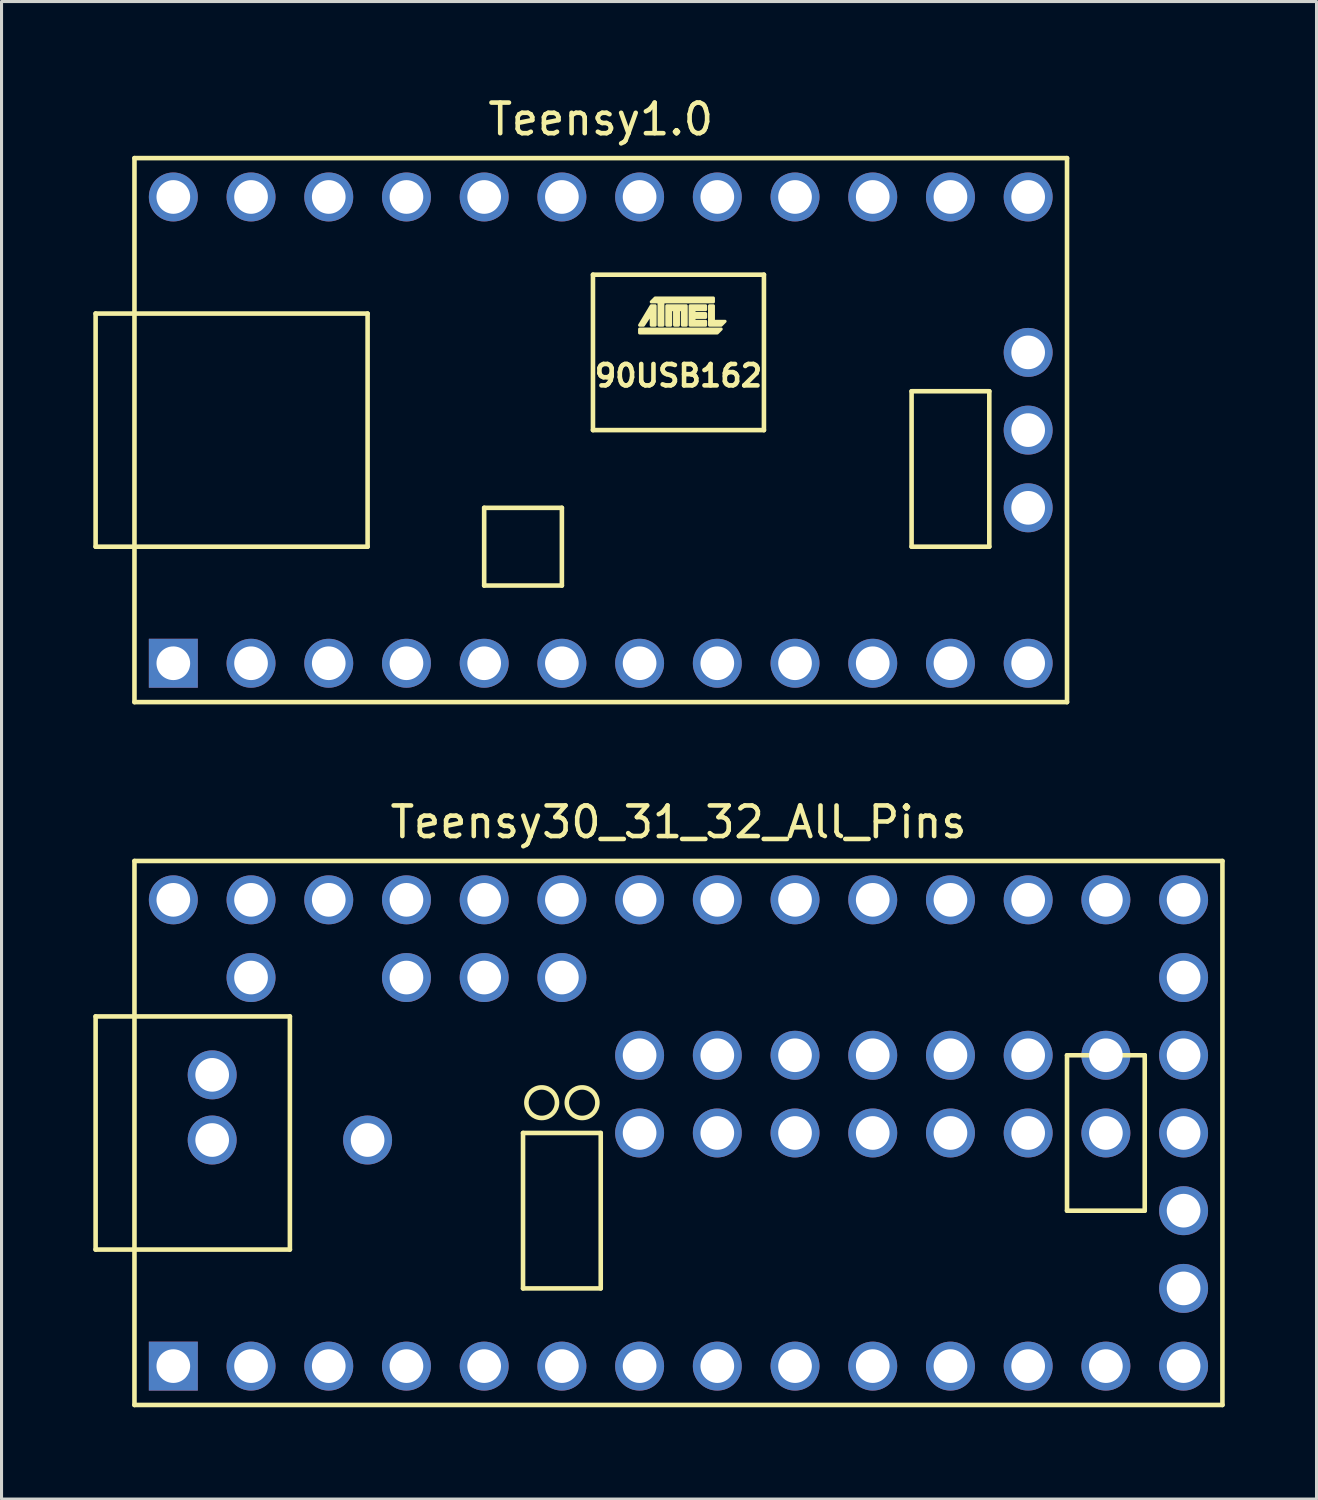
<source format=kicad_pcb>
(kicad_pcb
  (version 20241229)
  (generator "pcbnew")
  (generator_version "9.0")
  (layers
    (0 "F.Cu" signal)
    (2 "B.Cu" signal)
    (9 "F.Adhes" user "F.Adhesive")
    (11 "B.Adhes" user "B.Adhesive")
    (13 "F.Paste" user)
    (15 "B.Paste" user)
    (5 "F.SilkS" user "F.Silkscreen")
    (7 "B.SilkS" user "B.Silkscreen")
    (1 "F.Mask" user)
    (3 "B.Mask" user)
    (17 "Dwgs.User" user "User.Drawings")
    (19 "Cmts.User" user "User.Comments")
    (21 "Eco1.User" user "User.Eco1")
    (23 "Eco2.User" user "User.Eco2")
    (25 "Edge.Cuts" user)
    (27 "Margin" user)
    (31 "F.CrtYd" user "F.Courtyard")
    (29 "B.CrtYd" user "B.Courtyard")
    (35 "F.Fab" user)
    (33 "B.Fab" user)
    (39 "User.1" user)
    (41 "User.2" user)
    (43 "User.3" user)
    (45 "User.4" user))
  (footprint "Teensy30_31_32_All_Pins"
    (layer "F.Cu")
    (at 19.125 33.981)
    (property "Reference" "Teensy30_31_32_All_Pins" (at 0 -10.16 0) (layer "F.SilkS") (effects (font (size 1 1) (thickness 0.15))))
    (attr through_hole)
    (fp_line (start -19.05 -3.81) (end -17.78 -3.81) (stroke (width 0.15) (type solid)) (layer "F.SilkS"))
    (fp_line (start -19.05 3.81) (end -19.05 -3.81) (stroke (width 0.15) (type solid)) (layer "F.SilkS"))
    (fp_line (start -17.78 -8.89) (end 17.78 -8.89) (stroke (width 0.15) (type solid)) (layer "F.SilkS"))
    (fp_line (start -17.78 3.81) (end -19.05 3.81) (stroke (width 0.15) (type solid)) (layer "F.SilkS"))
    (fp_line (start -17.78 8.89) (end -17.78 -8.89) (stroke (width 0.15) (type solid)) (layer "F.SilkS"))
    (fp_line (start -12.7 -3.81) (end -17.78 -3.81) (stroke (width 0.15) (type solid)) (layer "F.SilkS"))
    (fp_line (start -12.7 3.81) (end -17.78 3.81) (stroke (width 0.15) (type solid)) (layer "F.SilkS"))
    (fp_line (start -12.7 3.81) (end -12.7 -3.81) (stroke (width 0.15) (type solid)) (layer "F.SilkS"))
    (fp_line (start -5.08 0) (end -2.54 0) (stroke (width 0.15) (type solid)) (layer "F.SilkS"))
    (fp_line (start -5.08 5.08) (end -5.08 0) (stroke (width 0.15) (type solid)) (layer "F.SilkS"))
    (fp_line (start -2.54 0) (end -2.54 5.08) (stroke (width 0.15) (type solid)) (layer "F.SilkS"))
    (fp_line (start -2.54 5.08) (end -5.08 5.08) (stroke (width 0.15) (type solid)) (layer "F.SilkS"))
    (fp_line (start 12.7 -2.54) (end 15.24 -2.54) (stroke (width 0.15) (type solid)) (layer "F.SilkS"))
    (fp_line (start 12.7 2.54) (end 12.7 -2.54) (stroke (width 0.15) (type solid)) (layer "F.SilkS"))
    (fp_line (start 15.24 -2.54) (end 15.24 2.54) (stroke (width 0.15) (type solid)) (layer "F.SilkS"))
    (fp_line (start 15.24 2.54) (end 12.7 2.54) (stroke (width 0.15) (type solid)) (layer "F.SilkS"))
    (fp_line (start 17.78 -8.89) (end 17.78 8.89) (stroke (width 0.15) (type solid)) (layer "F.SilkS"))
    (fp_line (start 17.78 8.89) (end -17.78 8.89) (stroke (width 0.15) (type solid)) (layer "F.SilkS"))
    (fp_circle (center -4.47 -0.99) (end -3.97 -0.99) (stroke (width 0.15) (type solid)) (fill no) (layer "F.SilkS"))
    (fp_circle (center -3.15 -0.99) (end -2.65 -0.99) (stroke (width 0.15) (type solid)) (fill no) (layer "F.SilkS"))
    (pad "1" thru_hole rect (at -16.51 7.62) (size 1.6 1.6) (drill 1.1) (layers "*.Cu" "*.Mask"))
    (pad "2" thru_hole circle (at -13.97 7.62) (size 1.6 1.6) (drill 1.1) (layers "*.Cu" "*.Mask"))
    (pad "3" thru_hole circle (at -11.43 7.62) (size 1.6 1.6) (drill 1.1) (layers "*.Cu" "*.Mask"))
    (pad "4" thru_hole circle (at -8.89 7.62) (size 1.6 1.6) (drill 1.1) (layers "*.Cu" "*.Mask"))
    (pad "5" thru_hole circle (at -6.35 7.62) (size 1.6 1.6) (drill 1.1) (layers "*.Cu" "*.Mask"))
    (pad "6" thru_hole circle (at -3.81 7.62) (size 1.6 1.6) (drill 1.1) (layers "*.Cu" "*.Mask"))
    (pad "7" thru_hole circle (at -1.27 7.62) (size 1.6 1.6) (drill 1.1) (layers "*.Cu" "*.Mask"))
    (pad "8" thru_hole circle (at 1.27 7.62) (size 1.6 1.6) (drill 1.1) (layers "*.Cu" "*.Mask"))
    (pad "9" thru_hole circle (at 3.81 7.62) (size 1.6 1.6) (drill 1.1) (layers "*.Cu" "*.Mask"))
    (pad "10" thru_hole circle (at 6.35 7.62) (size 1.6 1.6) (drill 1.1) (layers "*.Cu" "*.Mask"))
    (pad "11" thru_hole circle (at 8.89 7.62) (size 1.6 1.6) (drill 1.1) (layers "*.Cu" "*.Mask"))
    (pad "12" thru_hole circle (at 11.43 7.62) (size 1.6 1.6) (drill 1.1) (layers "*.Cu" "*.Mask"))
    (pad "13" thru_hole circle (at 13.97 7.62) (size 1.6 1.6) (drill 1.1) (layers "*.Cu" "*.Mask"))
    (pad "14" thru_hole circle (at 16.51 7.62) (size 1.6 1.6) (drill 1.1) (layers "*.Cu" "*.Mask"))
    (pad "15" thru_hole circle (at 16.51 5.08) (size 1.6 1.6) (drill 1.1) (layers "*.Cu" "*.Mask"))
    (pad "16" thru_hole circle (at 16.51 2.54) (size 1.6 1.6) (drill 1.1) (layers "*.Cu" "*.Mask"))
    (pad "17" thru_hole circle (at 16.51 0) (size 1.6 1.6) (drill 1.1) (layers "*.Cu" "*.Mask"))
    (pad "18" thru_hole circle (at 16.51 -2.54) (size 1.6 1.6) (drill 1.1) (layers "*.Cu" "*.Mask"))
    (pad "19" thru_hole circle (at 16.51 -5.08) (size 1.6 1.6) (drill 1.1) (layers "*.Cu" "*.Mask"))
    (pad "20" thru_hole circle (at 16.51 -7.62) (size 1.6 1.6) (drill 1.1) (layers "*.Cu" "*.Mask"))
    (pad "21" thru_hole circle (at 13.97 -7.62) (size 1.6 1.6) (drill 1.1) (layers "*.Cu" "*.Mask"))
    (pad "22" thru_hole circle (at 11.43 -7.62) (size 1.6 1.6) (drill 1.1) (layers "*.Cu" "*.Mask"))
    (pad "23" thru_hole circle (at 8.89 -7.62) (size 1.6 1.6) (drill 1.1) (layers "*.Cu" "*.Mask"))
    (pad "24" thru_hole circle (at 6.35 -7.62) (size 1.6 1.6) (drill 1.1) (layers "*.Cu" "*.Mask"))
    (pad "25" thru_hole circle (at 3.81 -7.62) (size 1.6 1.6) (drill 1.1) (layers "*.Cu" "*.Mask"))
    (pad "26" thru_hole circle (at 1.27 -7.62) (size 1.6 1.6) (drill 1.1) (layers "*.Cu" "*.Mask"))
    (pad "27" thru_hole circle (at -1.27 -7.62) (size 1.6 1.6) (drill 1.1) (layers "*.Cu" "*.Mask"))
    (pad "28" thru_hole circle (at -3.81 -7.62) (size 1.6 1.6) (drill 1.1) (layers "*.Cu" "*.Mask"))
    (pad "29" thru_hole circle (at -6.35 -7.62) (size 1.6 1.6) (drill 1.1) (layers "*.Cu" "*.Mask"))
    (pad "30" thru_hole circle (at -8.89 -7.62) (size 1.6 1.6) (drill 1.1) (layers "*.Cu" "*.Mask"))
    (pad "31" thru_hole circle (at -11.43 -7.62) (size 1.6 1.6) (drill 1.1) (layers "*.Cu" "*.Mask"))
    (pad "32" thru_hole circle (at -13.97 -7.62) (size 1.6 1.6) (drill 1.1) (layers "*.Cu" "*.Mask"))
    (pad "33" thru_hole circle (at -16.51 -7.62) (size 1.6 1.6) (drill 1.1) (layers "*.Cu" "*.Mask"))
    (pad "34" thru_hole circle (at -13.97 -5.08) (size 1.6 1.6) (drill 1.1) (layers "*.Cu" "*.Mask"))
    (pad "35" thru_hole circle (at -8.89 -5.08) (size 1.6 1.6) (drill 1.1) (layers "*.Cu" "*.Mask"))
    (pad "36" thru_hole circle (at -6.35 -5.08) (size 1.6 1.6) (drill 1.1) (layers "*.Cu" "*.Mask"))
    (pad "37" thru_hole circle (at -3.81 -5.08) (size 1.6 1.6) (drill 1.1) (layers "*.Cu" "*.Mask"))
    (pad "38" thru_hole circle (at -10.16 0.23) (size 1.6 1.6) (drill 1.1) (layers "*.Cu" "*.Mask"))
    (pad "39" thru_hole circle (at -15.24 0.23) (size 1.6 1.6) (drill 1.1) (layers "*.Cu" "*.Mask"))
    (pad "40" thru_hole circle (at -15.24 -1.9) (size 1.6 1.6) (drill 1.1) (layers "*.Cu" "*.Mask"))
    (pad "41" thru_hole circle (at -1.27 -2.54) (size 1.6 1.6) (drill 1.1) (layers "*.Cu" "*.Mask"))
    (pad "42" thru_hole circle (at 1.27 -2.54) (size 1.6 1.6) (drill 1.1) (layers "*.Cu" "*.Mask"))
    (pad "43" thru_hole circle (at 3.81 -2.54) (size 1.6 1.6) (drill 1.1) (layers "*.Cu" "*.Mask"))
    (pad "44" thru_hole circle (at 6.35 -2.54 90) (size 1.6 1.6) (drill 1.1) (layers "*.Cu" "*.Mask"))
    (pad "45" thru_hole circle (at 8.89 -2.54) (size 1.6 1.6) (drill 1.1) (layers "*.Cu" "*.Mask"))
    (pad "46" thru_hole circle (at 11.43 -2.54) (size 1.6 1.6) (drill 1.1) (layers "*.Cu" "*.Mask"))
    (pad "47" thru_hole circle (at 13.97 -2.54) (size 1.6 1.6) (drill 1.1) (layers "*.Cu" "*.Mask"))
    (pad "48" thru_hole circle (at 13.97 0) (size 1.6 1.6) (drill 1.1) (layers "*.Cu" "*.Mask"))
    (pad "49" thru_hole circle (at 11.43 0) (size 1.6 1.6) (drill 1.1) (layers "*.Cu" "*.Mask"))
    (pad "50" thru_hole circle (at 8.89 0) (size 1.6 1.6) (drill 1.1) (layers "*.Cu" "*.Mask"))
    (pad "51" thru_hole circle (at 6.35 0) (size 1.6 1.6) (drill 1.1) (layers "*.Cu" "*.Mask"))
    (pad "52" thru_hole circle (at 3.81 0) (size 1.6 1.6) (drill 1.1) (layers "*.Cu" "*.Mask"))
    (pad "53" thru_hole circle (at 1.27 0) (size 1.6 1.6) (drill 1.1) (layers "*.Cu" "*.Mask"))
    (pad "54" thru_hole circle (at -1.27 0) (size 1.6 1.6) (drill 1.1) (layers "*.Cu" "*.Mask")))
  (footprint "Teensy1.0"
    (layer "F.Cu")
    (at 16.585 11.008)
    (property "Reference" "Teensy1.0" (at 0 -10.16 0) (layer "F.SilkS") (effects (font (size 1 1) (thickness 0.15))))
    (attr through_hole)
    (fp_line (start -16.51 -3.81) (end -7.62 -3.81) (stroke (width 0.15) (type solid)) (layer "F.SilkS"))
    (fp_line (start -16.51 3.81) (end -16.51 -3.81) (stroke (width 0.15) (type solid)) (layer "F.SilkS"))
    (fp_line (start -15.24 -8.89) (end 15.24 -8.89) (stroke (width 0.15) (type solid)) (layer "F.SilkS"))
    (fp_line (start -15.24 8.89) (end -15.24 -8.89) (stroke (width 0.15) (type solid)) (layer "F.SilkS"))
    (fp_line (start -7.62 -3.81) (end -7.62 3.81) (stroke (width 0.15) (type solid)) (layer "F.SilkS"))
    (fp_line (start -7.62 3.81) (end -16.51 3.81) (stroke (width 0.15) (type solid)) (layer "F.SilkS"))
    (fp_line (start -3.81 2.54) (end -3.81 5.08) (stroke (width 0.15) (type solid)) (layer "F.SilkS"))
    (fp_line (start -3.81 5.08) (end -1.27 5.08) (stroke (width 0.15) (type solid)) (layer "F.SilkS"))
    (fp_line (start -1.27 2.54) (end -3.81 2.54) (stroke (width 0.15) (type solid)) (layer "F.SilkS"))
    (fp_line (start -1.27 5.08) (end -1.27 2.54) (stroke (width 0.15) (type solid)) (layer "F.SilkS"))
    (fp_line (start -0.254 -5.08) (end -0.254 0) (stroke (width 0.15) (type solid)) (layer "F.SilkS"))
    (fp_line (start -0.254 0) (end 5.334 0) (stroke (width 0.15) (type solid)) (layer "F.SilkS"))
    (fp_line (start 5.334 -5.08) (end -0.254 -5.08) (stroke (width 0.15) (type solid)) (layer "F.SilkS"))
    (fp_line (start 5.334 0) (end 5.334 -5.08) (stroke (width 0.15) (type solid)) (layer "F.SilkS"))
    (fp_line (start 10.16 -1.27) (end 10.16 3.81) (stroke (width 0.15) (type solid)) (layer "F.SilkS"))
    (fp_line (start 10.16 3.81) (end 12.7 3.81) (stroke (width 0.15) (type solid)) (layer "F.SilkS"))
    (fp_line (start 12.7 -1.27) (end 10.16 -1.27) (stroke (width 0.15) (type solid)) (layer "F.SilkS"))
    (fp_line (start 12.7 3.81) (end 12.7 -1.27) (stroke (width 0.15) (type solid)) (layer "F.SilkS"))
    (fp_line (start 15.24 -8.89) (end 15.24 8.89) (stroke (width 0.15) (type solid)) (layer "F.SilkS"))
    (fp_line (start 15.24 8.89) (end -15.24 8.89) (stroke (width 0.15) (type solid)) (layer "F.SilkS"))
    (fp_poly (pts (xy 1.27 -3.302) (xy 3.937 -3.302) (xy 3.81 -3.175) (xy 1.27 -3.175)) (stroke (width 0.1) (type solid)) (fill yes) (layer "F.SilkS"))
    (fp_poly (pts (xy 3.556 -4.064) (xy 3.556 -3.429) (xy 3.937 -3.429) (xy 4.064 -3.556) (xy 3.683 -3.556) (xy 3.683 -4.064)) (stroke (width 0.1) (type solid)) (fill yes) (layer "F.SilkS"))
    (fp_poly (pts (xy 1.778 -3.429) (xy 1.778 -4.064) (xy 1.651 -4.064) (xy 1.27 -3.429) (xy 1.397 -3.429) (xy 1.651 -3.81) (xy 1.651 -3.429)) (stroke (width 0.1) (type solid)) (fill yes) (layer "F.SilkS"))
    (fp_poly (pts (xy 3.683 -4.191) (xy 2.032 -4.191) (xy 2.032 -3.429) (xy 1.905 -3.429) (xy 1.905 -4.191) (xy 1.651 -4.191) (xy 1.778 -4.318) (xy 3.683 -4.318)) (stroke (width 0.1) (type solid)) (fill yes) (layer "F.SilkS"))
    (fp_poly (pts (xy 2.794 -3.429) (xy 2.794 -4.064) (xy 2.159 -4.064) (xy 2.159 -3.429) (xy 2.286 -3.429) (xy 2.286 -3.937) (xy 2.413 -3.937) (xy 2.413 -3.429) (xy 2.54 -3.429) (xy 2.54 -3.937) (xy 2.667 -3.937) (xy 2.667 -3.429)) (stroke (width 0.1) (type solid)) (fill yes) (layer "F.SilkS"))
    (fp_poly (pts (xy 2.921 -4.064) (xy 3.429 -4.064) (xy 3.429 -3.937) (xy 3.048 -3.937) (xy 3.048 -3.81) (xy 3.429 -3.81) (xy 3.429 -3.683) (xy 3.048 -3.683) (xy 3.048 -3.556) (xy 3.429 -3.556) (xy 3.429 -3.429) (xy 2.921 -3.429)) (stroke (width 0.1) (type solid)) (fill yes) (layer "F.SilkS"))
    (fp_text user "90USB162" (at 2.54 -1.778 0) (layer "F.SilkS") (effects (font (size 0.7 0.7) (thickness 0.15))))
    (pad "1" thru_hole rect (at -13.97 7.62) (size 1.6 1.6) (drill 1.1) (layers "*.Cu" "*.Mask"))
    (pad "2" thru_hole circle (at -11.43 7.62) (size 1.6 1.6) (drill 1.1) (layers "*.Cu" "*.Mask"))
    (pad "3" thru_hole circle (at -8.89 7.62) (size 1.6 1.6) (drill 1.1) (layers "*.Cu" "*.Mask"))
    (pad "4" thru_hole circle (at -6.35 7.62) (size 1.6 1.6) (drill 1.1) (layers "*.Cu" "*.Mask"))
    (pad "5" thru_hole circle (at -3.81 7.62) (size 1.6 1.6) (drill 1.1) (layers "*.Cu" "*.Mask"))
    (pad "6" thru_hole circle (at -1.27 7.62) (size 1.6 1.6) (drill 1.1) (layers "*.Cu" "*.Mask"))
    (pad "7" thru_hole circle (at 1.27 7.62) (size 1.6 1.6) (drill 1.1) (layers "*.Cu" "*.Mask"))
    (pad "8" thru_hole circle (at 3.81 7.62) (size 1.6 1.6) (drill 1.1) (layers "*.Cu" "*.Mask"))
    (pad "9" thru_hole circle (at 6.35 7.62) (size 1.6 1.6) (drill 1.1) (layers "*.Cu" "*.Mask"))
    (pad "10" thru_hole circle (at 8.89 7.62) (size 1.6 1.6) (drill 1.1) (layers "*.Cu" "*.Mask"))
    (pad "11" thru_hole circle (at 11.43 7.62) (size 1.6 1.6) (drill 1.1) (layers "*.Cu" "*.Mask"))
    (pad "12" thru_hole circle (at 13.97 7.62) (size 1.6 1.6) (drill 1.1) (layers "*.Cu" "*.Mask"))
    (pad "13" thru_hole circle (at 13.97 2.54) (size 1.6 1.6) (drill 1.1) (layers "*.Cu" "*.Mask"))
    (pad "14" thru_hole circle (at 13.97 0) (size 1.6 1.6) (drill 1.1) (layers "*.Cu" "*.Mask"))
    (pad "15" thru_hole circle (at 13.97 -2.54) (size 1.6 1.6) (drill 1.1) (layers "*.Cu" "*.Mask"))
    (pad "16" thru_hole circle (at 13.97 -7.62) (size 1.6 1.6) (drill 1.1) (layers "*.Cu" "*.Mask"))
    (pad "17" thru_hole circle (at 11.43 -7.62) (size 1.6 1.6) (drill 1.1) (layers "*.Cu" "*.Mask"))
    (pad "18" thru_hole circle (at 8.89 -7.62) (size 1.6 1.6) (drill 1.1) (layers "*.Cu" "*.Mask"))
    (pad "19" thru_hole circle (at 6.35 -7.62) (size 1.6 1.6) (drill 1.1) (layers "*.Cu" "*.Mask"))
    (pad "20" thru_hole circle (at 3.81 -7.62) (size 1.6 1.6) (drill 1.1) (layers "*.Cu" "*.Mask"))
    (pad "21" thru_hole circle (at 1.27 -7.62) (size 1.6 1.6) (drill 1.1) (layers "*.Cu" "*.Mask"))
    (pad "22" thru_hole circle (at -1.27 -7.62) (size 1.6 1.6) (drill 1.1) (layers "*.Cu" "*.Mask"))
    (pad "23" thru_hole circle (at -3.81 -7.62) (size 1.6 1.6) (drill 1.1) (layers "*.Cu" "*.Mask"))
    (pad "24" thru_hole circle (at -6.35 -7.62) (size 1.6 1.6) (drill 1.1) (layers "*.Cu" "*.Mask"))
    (pad "25" thru_hole circle (at -8.89 -7.62) (size 1.6 1.6) (drill 1.1) (layers "*.Cu" "*.Mask"))
    (pad "26" thru_hole circle (at -11.43 -7.62) (size 1.6 1.6) (drill 1.1) (layers "*.Cu" "*.Mask"))
    (pad "27" thru_hole circle (at -13.97 -7.62) (size 1.6 1.6) (drill 1.1) (layers "*.Cu" "*.Mask")))
  (gr_rect
    (start -3 -3)
    (end 39.98 45.947)
    (stroke (width 0.1) (type default))
    (fill no)
    (layer "Edge.Cuts")))
</source>
